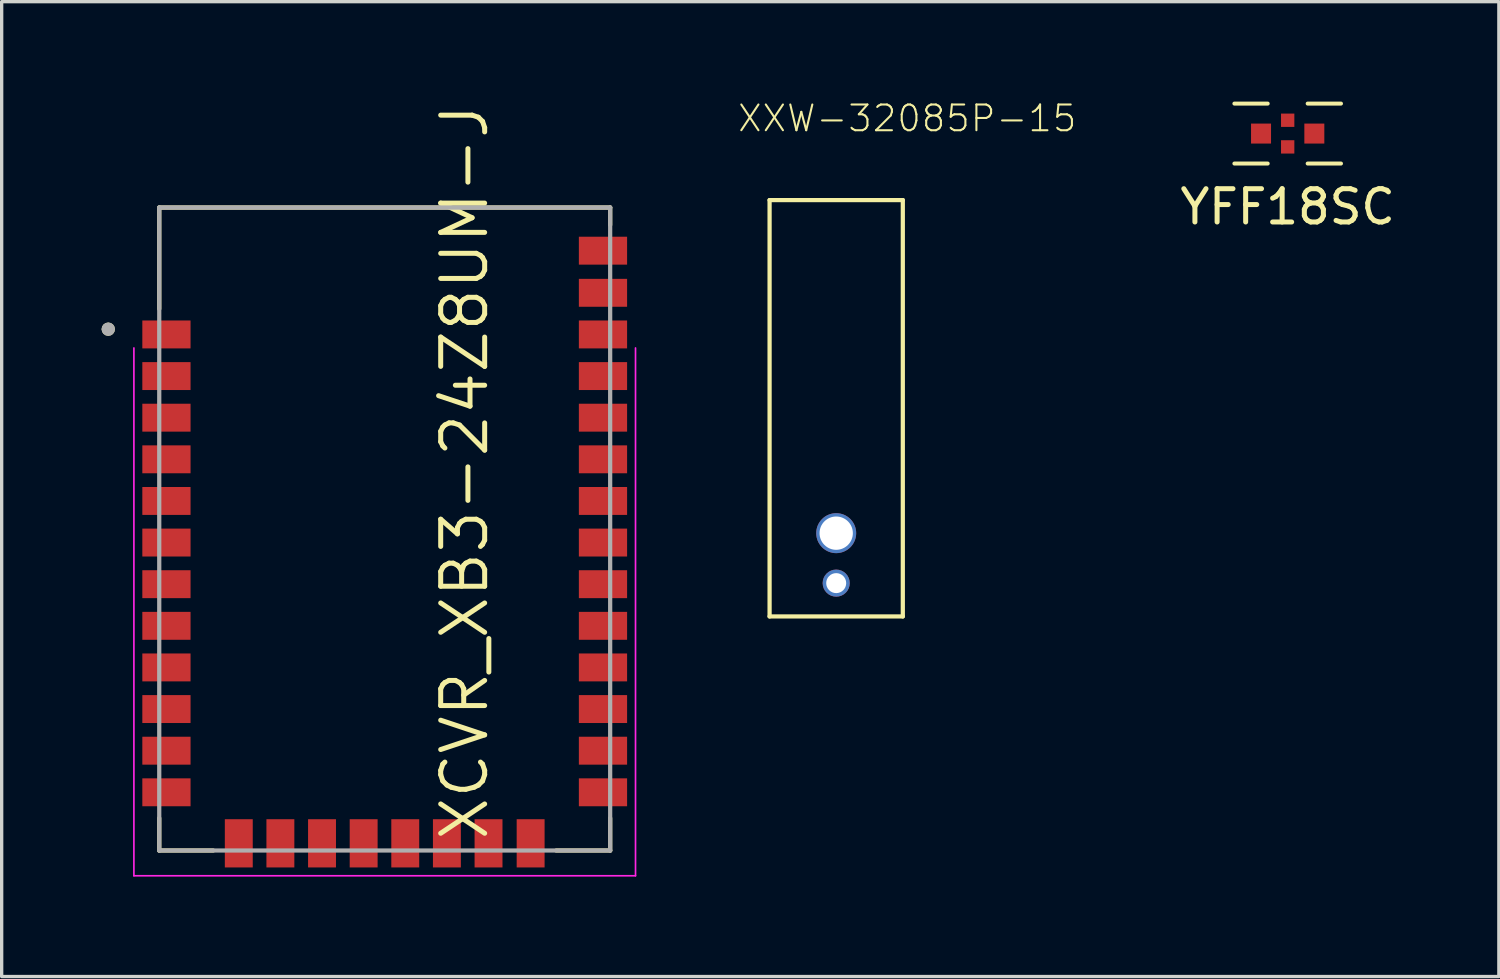
<source format=kicad_pcb>
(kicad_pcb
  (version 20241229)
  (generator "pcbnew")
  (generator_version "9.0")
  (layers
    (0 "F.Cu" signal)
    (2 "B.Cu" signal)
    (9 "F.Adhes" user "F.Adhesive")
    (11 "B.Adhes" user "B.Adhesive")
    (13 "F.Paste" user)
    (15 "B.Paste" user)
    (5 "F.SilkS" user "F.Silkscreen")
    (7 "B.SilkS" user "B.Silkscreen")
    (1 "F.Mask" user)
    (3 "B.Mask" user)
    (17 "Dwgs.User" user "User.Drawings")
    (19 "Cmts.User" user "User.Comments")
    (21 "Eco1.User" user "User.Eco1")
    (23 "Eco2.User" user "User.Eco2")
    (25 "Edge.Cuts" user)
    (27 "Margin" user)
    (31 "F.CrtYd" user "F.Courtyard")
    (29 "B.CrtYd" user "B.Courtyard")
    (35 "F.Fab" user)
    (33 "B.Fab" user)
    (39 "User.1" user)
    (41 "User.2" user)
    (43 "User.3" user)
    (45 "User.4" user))
  (footprint "XXW-32085P-15"
    (layer "F.Cu")
    (at 22.055 12.957)
    (property "Reference" "XXW-32085P-15" (at -3 -12 180) (layer "F.SilkS") (effects (font (size 0.772 0.772) (thickness 0.062)) (justify left bottom)))
    (attr through_hole)
    (fp_line (start -2 -10) (end -2 2.5) (stroke (width 0.127) (type solid)) (layer "F.SilkS"))
    (fp_line (start -2 2.5) (end 2 2.5) (stroke (width 0.127) (type solid)) (layer "F.SilkS"))
    (fp_line (start 2 -10) (end -2 -10) (stroke (width 0.127) (type solid)) (layer "F.SilkS"))
    (fp_line (start 2 2.5) (end 2 -10) (stroke (width 0.127) (type solid)) (layer "F.SilkS"))
    (pad "1" thru_hole circle (at 0 0) (size 1.2 1.2) (drill 1) (layers "*.Cu" "*.Mask"))
    (pad "2" thru_hole circle (at 0 1.5) (size 0.813 0.813) (drill 0.6) (layers "*.Cu" "*.Mask")))
  (footprint "XCVR_XB3-24Z8UM-J"
    (layer "F.Cu")
    (at 8.5 12.833)
    (property "Reference" "XCVR_XB3-24Z8UM-J" (at 2.398 -1.709 90) (layer "F.SilkS") (effects (font (size 1.32 1.32) (thickness 0.15))))
    (attr through_hole)
    (fp_line (start -6.769 -9.652) (end 6.769 -9.652) (stroke (width 0.127) (type solid)) (layer "F.SilkS"))
    (fp_line (start -6.769 -6.61) (end -6.769 -9.652) (stroke (width 0.127) (type solid)) (layer "F.SilkS"))
    (fp_line (start -6.769 8.68) (end -6.769 9.652) (stroke (width 0.127) (type solid)) (layer "F.SilkS"))
    (fp_line (start -6.769 9.652) (end -5.15 9.652) (stroke (width 0.127) (type solid)) (layer "F.SilkS"))
    (fp_line (start 5.15 9.652) (end 6.769 9.652) (stroke (width 0.127) (type solid)) (layer "F.SilkS"))
    (fp_line (start 6.769 -9.652) (end 6.769 -9.13) (stroke (width 0.127) (type solid)) (layer "F.SilkS"))
    (fp_line (start 6.769 9.652) (end 6.769 8.68) (stroke (width 0.127) (type solid)) (layer "F.SilkS"))
    (fp_circle (center -8.3 -6) (end -8.2 -6) (stroke (width 0.2) (type solid)) (fill no) (layer "F.SilkS"))
    (fp_line (start -7.53 -5.436) (end -7.53 10.41) (stroke (width 0.05) (type solid)) (layer "F.CrtYd"))
    (fp_line (start -7.53 10.41) (end 7.53 10.41) (stroke (width 0.05) (type solid)) (layer "F.CrtYd"))
    (fp_line (start 7.53 10.41) (end 7.53 -5.436) (stroke (width 0.05) (type solid)) (layer "F.CrtYd"))
    (fp_line (start -6.769 -9.652) (end 6.769 -9.652) (stroke (width 0.127) (type solid)) (layer "F.Fab"))
    (fp_line (start -6.769 9.652) (end -6.769 -9.652) (stroke (width 0.127) (type solid)) (layer "F.Fab"))
    (fp_line (start 6.769 -9.652) (end 6.769 9.652) (stroke (width 0.127) (type solid)) (layer "F.Fab"))
    (fp_line (start 6.769 9.652) (end -6.769 9.652) (stroke (width 0.127) (type solid)) (layer "F.Fab"))
    (fp_circle (center -8.3 -6) (end -8.2 -6) (stroke (width 0.2) (type solid)) (fill no) (layer "F.Fab"))
    (pad "1" smd rect (at -6.553 -5.842) (size 1.448 0.838) (layers "F.Cu" "F.Mask" "F.Paste"))
    (pad "2" smd rect (at -6.553 -4.592) (size 1.448 0.838) (layers "F.Cu" "F.Mask" "F.Paste"))
    (pad "3" smd rect (at -6.553 -3.343) (size 1.448 0.838) (layers "F.Cu" "F.Mask" "F.Paste"))
    (pad "4" smd rect (at -6.553 -2.093) (size 1.448 0.838) (layers "F.Cu" "F.Mask" "F.Paste"))
    (pad "5" smd rect (at -6.553 -0.843) (size 1.448 0.838) (layers "F.Cu" "F.Mask" "F.Paste"))
    (pad "6" smd rect (at -6.553 0.406) (size 1.448 0.838) (layers "F.Cu" "F.Mask" "F.Paste"))
    (pad "7" smd rect (at -6.553 1.656) (size 1.448 0.838) (layers "F.Cu" "F.Mask" "F.Paste"))
    (pad "8" smd rect (at -6.553 2.906) (size 1.448 0.838) (layers "F.Cu" "F.Mask" "F.Paste"))
    (pad "9" smd rect (at -6.553 4.155) (size 1.448 0.838) (layers "F.Cu" "F.Mask" "F.Paste"))
    (pad "10" smd rect (at -6.553 5.405) (size 1.448 0.838) (layers "F.Cu" "F.Mask" "F.Paste"))
    (pad "11" smd rect (at -6.553 6.655) (size 1.448 0.838) (layers "F.Cu" "F.Mask" "F.Paste"))
    (pad "12" smd rect (at -6.553 7.904) (size 1.448 0.838) (layers "F.Cu" "F.Mask" "F.Paste"))
    (pad "13" smd rect (at -4.381 9.436 90) (size 1.448 0.838) (layers "F.Cu" "F.Mask" "F.Paste"))
    (pad "14" smd rect (at -3.132 9.436 90) (size 1.448 0.838) (layers "F.Cu" "F.Mask" "F.Paste"))
    (pad "15" smd rect (at -1.882 9.436 90) (size 1.448 0.838) (layers "F.Cu" "F.Mask" "F.Paste"))
    (pad "16" smd rect (at -0.632 9.436 90) (size 1.448 0.838) (layers "F.Cu" "F.Mask" "F.Paste"))
    (pad "17" smd rect (at 0.617 9.436 90) (size 1.448 0.838) (layers "F.Cu" "F.Mask" "F.Paste"))
    (pad "18" smd rect (at 1.867 9.436 90) (size 1.448 0.838) (layers "F.Cu" "F.Mask" "F.Paste"))
    (pad "19" smd rect (at 3.117 9.436 90) (size 1.448 0.838) (layers "F.Cu" "F.Mask" "F.Paste"))
    (pad "20" smd rect (at 4.381 9.436 90) (size 1.448 0.838) (layers "F.Cu" "F.Mask" "F.Paste"))
    (pad "21" smd rect (at 6.553 7.904) (size 1.448 0.838) (layers "F.Cu" "F.Mask" "F.Paste"))
    (pad "22" smd rect (at 6.553 6.655) (size 1.448 0.838) (layers "F.Cu" "F.Mask" "F.Paste"))
    (pad "23" smd rect (at 6.553 5.405) (size 1.448 0.838) (layers "F.Cu" "F.Mask" "F.Paste"))
    (pad "24" smd rect (at 6.553 4.155) (size 1.448 0.838) (layers "F.Cu" "F.Mask" "F.Paste"))
    (pad "25" smd rect (at 6.553 2.906) (size 1.448 0.838) (layers "F.Cu" "F.Mask" "F.Paste"))
    (pad "26" smd rect (at 6.553 1.656) (size 1.448 0.838) (layers "F.Cu" "F.Mask" "F.Paste"))
    (pad "27" smd rect (at 6.553 0.406) (size 1.448 0.838) (layers "F.Cu" "F.Mask" "F.Paste"))
    (pad "28" smd rect (at 6.553 -0.843) (size 1.448 0.838) (layers "F.Cu" "F.Mask" "F.Paste"))
    (pad "29" smd rect (at 6.553 -2.093) (size 1.448 0.838) (layers "F.Cu" "F.Mask" "F.Paste"))
    (pad "30" smd rect (at 6.553 -3.343) (size 1.448 0.838) (layers "F.Cu" "F.Mask" "F.Paste"))
    (pad "31" smd rect (at 6.553 -4.592) (size 1.448 0.838) (layers "F.Cu" "F.Mask" "F.Paste"))
    (pad "32" smd rect (at 6.553 -5.842) (size 1.448 0.838) (layers "F.Cu" "F.Mask" "F.Paste"))
    (pad "33" smd rect (at 6.553 -7.092) (size 1.448 0.838) (layers "F.Cu" "F.Mask" "F.Paste"))
    (pad "34" smd rect (at 6.553 -8.357) (size 1.448 0.838) (layers "F.Cu" "F.Mask" "F.Paste")))
  (footprint "YFF18SC"
    (layer "F.Cu")
    (at 35.61 0.96)
    (property "Reference" "YFF18SC" (at 0 2.2 0) (layer "F.SilkS") (effects (font (size 1 1) (thickness 0.15))))
    (attr through_hole)
    (fp_line (start -0.6 -0.9) (end -1.6 -0.9) (stroke (width 0.12) (type solid)) (layer "F.SilkS"))
    (fp_line (start -0.6 0.9) (end -1.6 0.9) (stroke (width 0.12) (type solid)) (layer "F.SilkS"))
    (fp_line (start 0.6 -0.9) (end 1.6 -0.9) (stroke (width 0.12) (type solid)) (layer "F.SilkS"))
    (fp_line (start 0.6 0.9) (end 1.6 0.9) (stroke (width 0.12) (type solid)) (layer "F.SilkS"))
    (pad "1" smd rect (at -0.8 0) (size 0.6 0.6) (layers "F.Cu" "F.Mask" "F.Paste"))
    (pad "2" smd rect (at 0 -0.4) (size 0.4 0.4) (layers "F.Cu" "F.Mask" "F.Paste"))
    (pad "2" smd rect (at 0 0.4) (size 0.4 0.4) (layers "F.Cu" "F.Mask" "F.Paste"))
    (pad "3" smd rect (at 0.8 0) (size 0.6 0.6) (layers "F.Cu" "F.Mask" "F.Paste")))
  (gr_rect
    (start -3 -3)
    (end 41.95 26.268)
    (stroke (width 0.1) (type default))
    (fill no)
    (layer "Edge.Cuts")))
</source>
